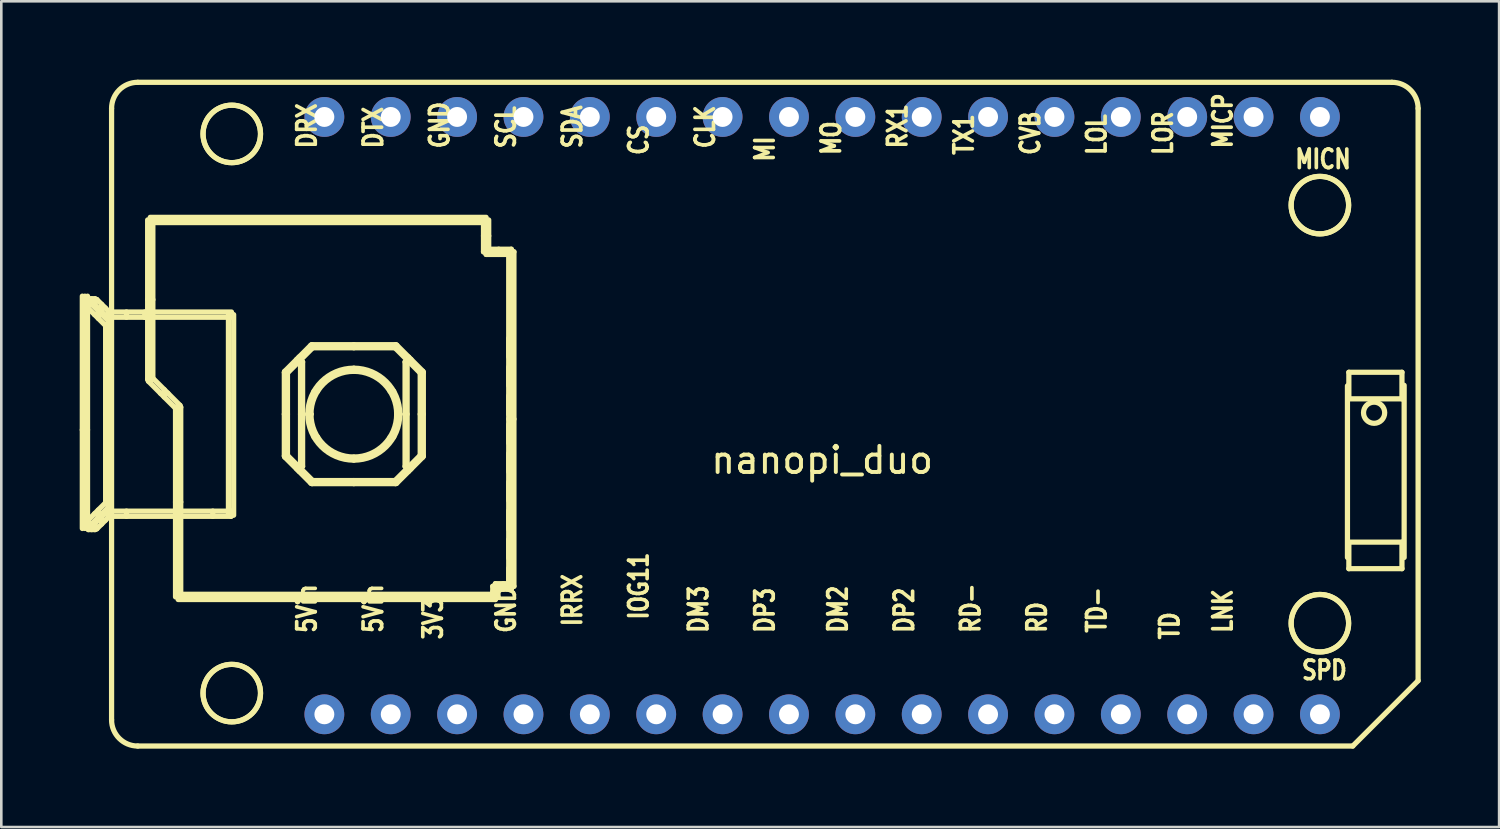
<source format=kicad_pcb>
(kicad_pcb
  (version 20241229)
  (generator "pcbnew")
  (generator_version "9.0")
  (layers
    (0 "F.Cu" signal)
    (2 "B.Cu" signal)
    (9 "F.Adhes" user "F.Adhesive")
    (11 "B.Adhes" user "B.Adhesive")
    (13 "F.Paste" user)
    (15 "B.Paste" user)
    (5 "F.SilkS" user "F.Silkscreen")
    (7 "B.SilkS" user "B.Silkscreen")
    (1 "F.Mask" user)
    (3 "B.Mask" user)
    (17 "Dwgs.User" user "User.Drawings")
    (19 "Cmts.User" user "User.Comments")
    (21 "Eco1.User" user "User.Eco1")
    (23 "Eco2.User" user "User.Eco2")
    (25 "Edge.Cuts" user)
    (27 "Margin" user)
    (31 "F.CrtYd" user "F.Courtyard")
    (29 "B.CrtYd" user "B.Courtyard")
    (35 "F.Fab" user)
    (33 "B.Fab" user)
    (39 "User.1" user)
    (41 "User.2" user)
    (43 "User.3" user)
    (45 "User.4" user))
  (footprint "nanopi_duo"
    (layer "F.Cu")
    (at 28.413 14.126)
    (property "Reference" "nanopi_duo" (at 0 0.432 0) (layer "F.SilkS") (effects (font (size 1 1) (thickness 0.15))))
    (attr through_hole)
    (fp_line (start -28.313 3.049) (end -28.313 -5.843) (stroke (width 0.2) (type solid)) (layer "F.SilkS"))
    (fp_line (start -28.213 -5.842) (end -28.213 3.048) (stroke (width 0.2) (type solid)) (layer "F.SilkS"))
    (fp_line (start -28.183 -5.644) (end -27.983 -5.644) (stroke (width 0.2) (type solid)) (layer "F.SilkS"))
    (fp_line (start -28.183 -5.517) (end -28.183 -5.644) (stroke (width 0.2) (type solid)) (layer "F.SilkS"))
    (fp_line (start -28.183 2.865) (end -27.983 2.865) (stroke (width 0.2) (type solid)) (layer "F.SilkS"))
    (fp_line (start -28.183 2.992) (end -28.183 2.865) (stroke (width 0.2) (type solid)) (layer "F.SilkS"))
    (fp_line (start -28.154 -5.446) (end -28.013 -5.588) (stroke (width 0.2) (type solid)) (layer "F.SilkS"))
    (fp_line (start -28.154 2.794) (end -27.392 2.032) (stroke (width 0.2) (type solid)) (layer "F.SilkS"))
    (fp_line (start -28.113 -5.842) (end -28.113 3.05) (stroke (width 0.2) (type solid)) (layer "F.SilkS"))
    (fp_line (start -28.113 -0.726) (end -28.313 -0.726) (stroke (width 0.2) (type solid)) (layer "F.SilkS"))
    (fp_line (start -28.083 -5.744) (end -27.829 -5.744) (stroke (width 0.2) (type solid)) (layer "F.SilkS"))
    (fp_line (start -28.083 -5.644) (end -28.083 -5.517) (stroke (width 0.2) (type solid)) (layer "F.SilkS"))
    (fp_line (start -28.083 -5.544) (end -28.083 -5.744) (stroke (width 0.2) (type solid)) (layer "F.SilkS"))
    (fp_line (start -28.083 2.865) (end -28.083 2.992) (stroke (width 0.2) (type solid)) (layer "F.SilkS"))
    (fp_line (start -28.083 2.892) (end -27.829 2.892) (stroke (width 0.2) (type solid)) (layer "F.SilkS"))
    (fp_line (start -28.083 3.092) (end -28.083 2.892) (stroke (width 0.2) (type solid)) (layer "F.SilkS"))
    (fp_line (start -28.013 -5.588) (end -27.251 -4.826) (stroke (width 0.2) (type solid)) (layer "F.SilkS"))
    (fp_line (start -28.013 2.936) (end -28.154 2.794) (stroke (width 0.2) (type solid)) (layer "F.SilkS"))
    (fp_line (start -27.983 -5.644) (end -27.983 -5.517) (stroke (width 0.2) (type solid)) (layer "F.SilkS"))
    (fp_line (start -27.983 -5.58) (end -28.183 -5.58) (stroke (width 0.2) (type solid)) (layer "F.SilkS"))
    (fp_line (start -27.983 -5.517) (end -28.183 -5.517) (stroke (width 0.2) (type solid)) (layer "F.SilkS"))
    (fp_line (start -27.983 2.865) (end -27.983 2.992) (stroke (width 0.2) (type solid)) (layer "F.SilkS"))
    (fp_line (start -27.983 2.929) (end -28.183 2.929) (stroke (width 0.2) (type solid)) (layer "F.SilkS"))
    (fp_line (start -27.983 2.992) (end -28.183 2.992) (stroke (width 0.2) (type solid)) (layer "F.SilkS"))
    (fp_line (start -27.956 -5.744) (end -27.956 -5.544) (stroke (width 0.2) (type solid)) (layer "F.SilkS"))
    (fp_line (start -27.956 2.892) (end -27.956 3.092) (stroke (width 0.2) (type solid)) (layer "F.SilkS"))
    (fp_line (start -27.9 -5.573) (end -27.759 -5.715) (stroke (width 0.2) (type solid)) (layer "F.SilkS"))
    (fp_line (start -27.9 2.921) (end -27.392 2.413) (stroke (width 0.2) (type solid)) (layer "F.SilkS"))
    (fp_line (start -27.829 -5.744) (end -27.829 -5.544) (stroke (width 0.2) (type solid)) (layer "F.SilkS"))
    (fp_line (start -27.829 -5.644) (end -28.083 -5.644) (stroke (width 0.2) (type solid)) (layer "F.SilkS"))
    (fp_line (start -27.829 -5.544) (end -28.083 -5.544) (stroke (width 0.2) (type solid)) (layer "F.SilkS"))
    (fp_line (start -27.829 2.892) (end -27.829 3.092) (stroke (width 0.2) (type solid)) (layer "F.SilkS"))
    (fp_line (start -27.829 2.992) (end -28.083 2.992) (stroke (width 0.2) (type solid)) (layer "F.SilkS"))
    (fp_line (start -27.829 3.092) (end -28.083 3.092) (stroke (width 0.2) (type solid)) (layer "F.SilkS"))
    (fp_line (start -27.759 -5.715) (end -27.251 -5.207) (stroke (width 0.2) (type solid)) (layer "F.SilkS"))
    (fp_line (start -27.759 3.063) (end -27.9 2.921) (stroke (width 0.2) (type solid)) (layer "F.SilkS"))
    (fp_line (start -27.702 -5.277) (end -27.702 -4.994) (stroke (width 0.2) (type solid)) (layer "F.SilkS"))
    (fp_line (start -27.702 2.343) (end -27.702 2.626) (stroke (width 0.2) (type solid)) (layer "F.SilkS"))
    (fp_line (start -27.575 -5.531) (end -27.575 -5.248) (stroke (width 0.2) (type solid)) (layer "F.SilkS"))
    (fp_line (start -27.575 2.597) (end -27.575 2.88) (stroke (width 0.2) (type solid)) (layer "F.SilkS"))
    (fp_line (start -27.561 -5.136) (end -27.844 -5.136) (stroke (width 0.2) (type solid)) (layer "F.SilkS"))
    (fp_line (start -27.561 2.484) (end -27.844 2.484) (stroke (width 0.2) (type solid)) (layer "F.SilkS"))
    (fp_line (start -27.434 -5.39) (end -27.717 -5.39) (stroke (width 0.2) (type solid)) (layer "F.SilkS"))
    (fp_line (start -27.434 2.738) (end -27.717 2.738) (stroke (width 0.2) (type solid)) (layer "F.SilkS"))
    (fp_line (start -27.421 -4.755) (end -27.221 -4.755) (stroke (width 0.2) (type solid)) (layer "F.SilkS"))
    (fp_line (start -27.421 2.103) (end -27.421 -4.755) (stroke (width 0.2) (type solid)) (layer "F.SilkS"))
    (fp_line (start -27.392 -5.065) (end -27.9 -5.573) (stroke (width 0.2) (type solid)) (layer "F.SilkS"))
    (fp_line (start -27.392 -4.684) (end -28.154 -5.446) (stroke (width 0.2) (type solid)) (layer "F.SilkS"))
    (fp_line (start -27.392 2.032) (end -27.251 2.174) (stroke (width 0.2) (type solid)) (layer "F.SilkS"))
    (fp_line (start -27.392 2.413) (end -27.251 2.555) (stroke (width 0.2) (type solid)) (layer "F.SilkS"))
    (fp_line (start -27.321 -5.236) (end -25.924 -5.236) (stroke (width 0.2) (type solid)) (layer "F.SilkS"))
    (fp_line (start -27.321 -5.036) (end -27.321 -5.236) (stroke (width 0.2) (type solid)) (layer "F.SilkS"))
    (fp_line (start -27.321 -4.755) (end -27.321 2.103) (stroke (width 0.2) (type solid)) (layer "F.SilkS"))
    (fp_line (start -27.321 2.384) (end -24.636 2.384) (stroke (width 0.2) (type solid)) (layer "F.SilkS"))
    (fp_line (start -27.321 2.584) (end -27.321 2.384) (stroke (width 0.2) (type solid)) (layer "F.SilkS"))
    (fp_line (start -27.251 -5.207) (end -27.392 -5.065) (stroke (width 0.2) (type solid)) (layer "F.SilkS"))
    (fp_line (start -27.251 -4.826) (end -27.392 -4.684) (stroke (width 0.2) (type solid)) (layer "F.SilkS"))
    (fp_line (start -27.251 2.174) (end -28.013 2.936) (stroke (width 0.2) (type solid)) (layer "F.SilkS"))
    (fp_line (start -27.251 2.555) (end -27.759 3.063) (stroke (width 0.2) (type solid)) (layer "F.SilkS"))
    (fp_line (start -27.221 -4.755) (end -27.221 2.103) (stroke (width 0.2) (type solid)) (layer "F.SilkS"))
    (fp_line (start -27.221 -1.326) (end -27.421 -1.326) (stroke (width 0.2) (type solid)) (layer "F.SilkS"))
    (fp_line (start -27.221 2.103) (end -27.421 2.103) (stroke (width 0.2) (type solid)) (layer "F.SilkS"))
    (fp_line (start -27.193 10.374) (end -27.193 -13.026) (stroke (width 0.2) (type solid)) (layer "F.SilkS"))
    (fp_line (start -26.623 -5.236) (end -26.623 -5.036) (stroke (width 0.2) (type solid)) (layer "F.SilkS"))
    (fp_line (start -26.623 2.384) (end -26.623 2.584) (stroke (width 0.2) (type solid)) (layer "F.SilkS"))
    (fp_line (start -26.193 -14.026) (end 21.807 -14.026) (stroke (width 0.2) (type solid)) (layer "F.SilkS"))
    (fp_line (start -25.924 -5.236) (end -25.924 -5.036) (stroke (width 0.2) (type solid)) (layer "F.SilkS"))
    (fp_line (start -25.924 -5.036) (end -27.321 -5.036) (stroke (width 0.2) (type solid)) (layer "F.SilkS"))
    (fp_line (start -25.813 -8.759) (end -25.813 -2.659) (stroke (width 0.2) (type solid)) (layer "F.SilkS"))
    (fp_line (start -25.813 -5.709) (end -25.613 -5.709) (stroke (width 0.2) (type solid)) (layer "F.SilkS"))
    (fp_line (start -25.813 -2.659) (end -25.613 -2.659) (stroke (width 0.2) (type solid)) (layer "F.SilkS"))
    (fp_line (start -25.784 -2.588) (end -24.717 -1.522) (stroke (width 0.2) (type solid)) (layer "F.SilkS"))
    (fp_line (start -25.713 -8.759) (end -25.713 -2.659) (stroke (width 0.2) (type solid)) (layer "F.SilkS"))
    (fp_line (start -25.713 -8.759) (end -12.86 -8.759) (stroke (width 0.2) (type solid)) (layer "F.SilkS"))
    (fp_line (start -25.713 -8.659) (end -12.86 -8.659) (stroke (width 0.2) (type solid)) (layer "F.SilkS"))
    (fp_line (start -25.656 -5.236) (end -22.604 -5.236) (stroke (width 0.2) (type solid)) (layer "F.SilkS"))
    (fp_line (start -25.642 -2.73) (end -25.784 -2.588) (stroke (width 0.2) (type solid)) (layer "F.SilkS"))
    (fp_line (start -25.613 -2.659) (end -25.613 -8.759) (stroke (width 0.2) (type solid)) (layer "F.SilkS"))
    (fp_line (start -25.321 -2.126) (end -25.038 -2.126) (stroke (width 0.2) (type solid)) (layer "F.SilkS"))
    (fp_line (start -25.179 -2.267) (end -25.179 -1.984) (stroke (width 0.2) (type solid)) (layer "F.SilkS"))
    (fp_line (start -24.746 -1.592) (end -24.746 5.667) (stroke (width 0.2) (type solid)) (layer "F.SilkS"))
    (fp_line (start -24.746 2.037) (end -24.546 2.037) (stroke (width 0.2) (type solid)) (layer "F.SilkS"))
    (fp_line (start -24.717 -1.522) (end -24.575 -1.663) (stroke (width 0.2) (type solid)) (layer "F.SilkS"))
    (fp_line (start -24.646 -1.592) (end -24.646 5.667) (stroke (width 0.2) (type solid)) (layer "F.SilkS"))
    (fp_line (start -24.646 5.667) (end -12.505 5.667) (stroke (width 0.2) (type solid)) (layer "F.SilkS"))
    (fp_line (start -24.646 5.767) (end -12.505 5.767) (stroke (width 0.2) (type solid)) (layer "F.SilkS"))
    (fp_line (start -24.64 2.384) (end -22.621 2.384) (stroke (width 0.2) (type solid)) (layer "F.SilkS"))
    (fp_line (start -24.638 2.584) (end -27.321 2.584) (stroke (width 0.2) (type solid)) (layer "F.SilkS"))
    (fp_line (start -24.575 -1.663) (end -25.642 -2.73) (stroke (width 0.2) (type solid)) (layer "F.SilkS"))
    (fp_line (start -24.546 -1.592) (end -24.746 -1.592) (stroke (width 0.2) (type solid)) (layer "F.SilkS"))
    (fp_line (start -24.546 5.667) (end -24.546 -1.592) (stroke (width 0.2) (type solid)) (layer "F.SilkS"))
    (fp_line (start -23.32 2.584) (end -23.32 2.384) (stroke (width 0.2) (type solid)) (layer "F.SilkS"))
    (fp_line (start -22.721 2.541) (end -22.721 -5.136) (stroke (width 0.2) (type solid)) (layer "F.SilkS"))
    (fp_line (start -22.621 -5.036) (end -25.908 -5.036) (stroke (width 0.2) (type solid)) (layer "F.SilkS"))
    (fp_line (start -22.621 2.384) (end -22.621 2.584) (stroke (width 0.2) (type solid)) (layer "F.SilkS"))
    (fp_line (start -22.621 2.584) (end -24.638 2.584) (stroke (width 0.2) (type solid)) (layer "F.SilkS"))
    (fp_line (start -22.521 -5.136) (end -22.521 2.542) (stroke (width 0.2) (type solid)) (layer "F.SilkS"))
    (fp_line (start -20.582 -2.926) (end -20.582 0.274) (stroke (width 0.2) (type solid)) (layer "F.SilkS"))
    (fp_line (start -20.582 -1.326) (end -20.462 -1.326) (stroke (width 0.2) (type solid)) (layer "F.SilkS"))
    (fp_line (start -20.582 0.274) (end -20.462 0.274) (stroke (width 0.2) (type solid)) (layer "F.SilkS"))
    (fp_line (start -20.565 -2.968) (end -20.48 -2.883) (stroke (width 0.2) (type solid)) (layer "F.SilkS"))
    (fp_line (start -20.565 0.317) (end -19.565 1.317) (stroke (width 0.2) (type solid)) (layer "F.SilkS"))
    (fp_line (start -20.522 0.274) (end -20.522 -2.926) (stroke (width 0.2) (type solid)) (layer "F.SilkS"))
    (fp_line (start -20.48 -2.883) (end -19.48 -3.883) (stroke (width 0.2) (type solid)) (layer "F.SilkS"))
    (fp_line (start -20.48 0.232) (end -20.565 0.317) (stroke (width 0.2) (type solid)) (layer "F.SilkS"))
    (fp_line (start -20.462 -2.926) (end -20.582 -2.926) (stroke (width 0.2) (type solid)) (layer "F.SilkS"))
    (fp_line (start -20.462 0.274) (end -20.462 -2.926) (stroke (width 0.2) (type solid)) (layer "F.SilkS"))
    (fp_line (start -20.107 -3.426) (end -19.937 -3.426) (stroke (width 0.2) (type solid)) (layer "F.SilkS"))
    (fp_line (start -20.107 0.774) (end -19.937 0.774) (stroke (width 0.2) (type solid)) (layer "F.SilkS"))
    (fp_line (start -20.022 -3.341) (end -20.022 -3.511) (stroke (width 0.2) (type solid)) (layer "F.SilkS"))
    (fp_line (start -20.022 0.859) (end -20.022 0.689) (stroke (width 0.2) (type solid)) (layer "F.SilkS"))
    (fp_line (start -19.962 -3.326) (end -19.882 -3.326) (stroke (width 0.2) (type solid)) (layer "F.SilkS"))
    (fp_line (start -19.962 -1.326) (end -19.882 -1.326) (stroke (width 0.2) (type solid)) (layer "F.SilkS"))
    (fp_line (start -19.962 0.674) (end -19.962 -3.326) (stroke (width 0.2) (type solid)) (layer "F.SilkS"))
    (fp_line (start -19.922 -1.286) (end -19.922 -1.366) (stroke (width 0.2) (type solid)) (layer "F.SilkS"))
    (fp_line (start -19.922 0.674) (end -19.922 -3.326) (stroke (width 0.2) (type solid)) (layer "F.SilkS"))
    (fp_line (start -19.882 -3.326) (end -19.882 0.674) (stroke (width 0.2) (type solid)) (layer "F.SilkS"))
    (fp_line (start -19.882 0.674) (end -19.962 0.674) (stroke (width 0.2) (type solid)) (layer "F.SilkS"))
    (fp_line (start -19.682 -1.326) (end -19.562 -1.326) (stroke (width 0.2) (type solid)) (layer "F.SilkS"))
    (fp_line (start -19.565 -3.968) (end -20.565 -2.968) (stroke (width 0.2) (type solid)) (layer "F.SilkS"))
    (fp_line (start -19.565 1.317) (end -19.48 1.232) (stroke (width 0.2) (type solid)) (layer "F.SilkS"))
    (fp_line (start -19.562 -1.326) (end -19.682 -1.326) (stroke (width 0.2) (type solid)) (layer "F.SilkS"))
    (fp_line (start -19.522 -3.986) (end -19.522 -3.866) (stroke (width 0.2) (type solid)) (layer "F.SilkS"))
    (fp_line (start -19.522 -3.926) (end -16.322 -3.926) (stroke (width 0.2) (type solid)) (layer "F.SilkS"))
    (fp_line (start -19.522 -3.866) (end -16.322 -3.866) (stroke (width 0.2) (type solid)) (layer "F.SilkS"))
    (fp_line (start -19.522 1.214) (end -19.522 1.334) (stroke (width 0.2) (type solid)) (layer "F.SilkS"))
    (fp_line (start -19.522 1.274) (end -16.322 1.274) (stroke (width 0.2) (type solid)) (layer "F.SilkS"))
    (fp_line (start -19.522 1.334) (end -16.322 1.334) (stroke (width 0.2) (type solid)) (layer "F.SilkS"))
    (fp_line (start -19.48 -3.883) (end -19.565 -3.968) (stroke (width 0.2) (type solid)) (layer "F.SilkS"))
    (fp_line (start -19.48 1.232) (end -20.48 0.232) (stroke (width 0.2) (type solid)) (layer "F.SilkS"))
    (fp_line (start -19.306 -2.206) (end -19.446 -2.206) (stroke (width 0.2) (type solid)) (layer "F.SilkS"))
    (fp_line (start -19.306 -0.446) (end -19.446 -0.446) (stroke (width 0.2) (type solid)) (layer "F.SilkS"))
    (fp_line (start -17.922 -3.866) (end -17.922 -3.986) (stroke (width 0.2) (type solid)) (layer "F.SilkS"))
    (fp_line (start -17.922 -2.966) (end -17.922 -3.086) (stroke (width 0.2) (type solid)) (layer "F.SilkS"))
    (fp_line (start -17.922 0.434) (end -17.922 0.314) (stroke (width 0.2) (type solid)) (layer "F.SilkS"))
    (fp_line (start -17.922 1.334) (end -17.922 1.214) (stroke (width 0.2) (type solid)) (layer "F.SilkS"))
    (fp_line (start -16.398 -2.206) (end -16.538 -2.206) (stroke (width 0.2) (type solid)) (layer "F.SilkS"))
    (fp_line (start -16.398 -0.446) (end -16.538 -0.446) (stroke (width 0.2) (type solid)) (layer "F.SilkS"))
    (fp_line (start -16.365 -3.883) (end -15.365 -2.883) (stroke (width 0.2) (type solid)) (layer "F.SilkS"))
    (fp_line (start -16.365 1.232) (end -16.28 1.317) (stroke (width 0.2) (type solid)) (layer "F.SilkS"))
    (fp_line (start -16.322 -3.986) (end -19.522 -3.986) (stroke (width 0.2) (type solid)) (layer "F.SilkS"))
    (fp_line (start -16.322 -3.866) (end -16.322 -3.986) (stroke (width 0.2) (type solid)) (layer "F.SilkS"))
    (fp_line (start -16.322 1.214) (end -19.522 1.214) (stroke (width 0.2) (type solid)) (layer "F.SilkS"))
    (fp_line (start -16.322 1.334) (end -16.322 1.214) (stroke (width 0.2) (type solid)) (layer "F.SilkS"))
    (fp_line (start -16.282 -1.326) (end -16.162 -1.326) (stroke (width 0.2) (type solid)) (layer "F.SilkS"))
    (fp_line (start -16.28 -3.968) (end -16.365 -3.883) (stroke (width 0.2) (type solid)) (layer "F.SilkS"))
    (fp_line (start -16.28 1.317) (end -15.28 0.317) (stroke (width 0.2) (type solid)) (layer "F.SilkS"))
    (fp_line (start -16.162 -1.326) (end -16.282 -1.326) (stroke (width 0.2) (type solid)) (layer "F.SilkS"))
    (fp_line (start -15.962 -3.326) (end -15.882 -3.326) (stroke (width 0.2) (type solid)) (layer "F.SilkS"))
    (fp_line (start -15.962 -1.326) (end -15.882 -1.326) (stroke (width 0.2) (type solid)) (layer "F.SilkS"))
    (fp_line (start -15.962 0.674) (end -15.962 -3.326) (stroke (width 0.2) (type solid)) (layer "F.SilkS"))
    (fp_line (start -15.922 -1.366) (end -15.922 -1.286) (stroke (width 0.2) (type solid)) (layer "F.SilkS"))
    (fp_line (start -15.922 0.674) (end -15.922 -3.326) (stroke (width 0.2) (type solid)) (layer "F.SilkS"))
    (fp_line (start -15.907 -3.426) (end -15.737 -3.426) (stroke (width 0.2) (type solid)) (layer "F.SilkS"))
    (fp_line (start -15.907 0.774) (end -15.737 0.774) (stroke (width 0.2) (type solid)) (layer "F.SilkS"))
    (fp_line (start -15.882 -3.326) (end -15.882 0.674) (stroke (width 0.2) (type solid)) (layer "F.SilkS"))
    (fp_line (start -15.882 0.674) (end -15.962 0.674) (stroke (width 0.2) (type solid)) (layer "F.SilkS"))
    (fp_line (start -15.822 -3.341) (end -15.822 -3.511) (stroke (width 0.2) (type solid)) (layer "F.SilkS"))
    (fp_line (start -15.822 0.859) (end -15.822 0.689) (stroke (width 0.2) (type solid)) (layer "F.SilkS"))
    (fp_line (start -15.382 -2.926) (end -15.382 0.274) (stroke (width 0.2) (type solid)) (layer "F.SilkS"))
    (fp_line (start -15.382 -1.326) (end -15.262 -1.326) (stroke (width 0.2) (type solid)) (layer "F.SilkS"))
    (fp_line (start -15.382 0.274) (end -15.262 0.274) (stroke (width 0.2) (type solid)) (layer "F.SilkS"))
    (fp_line (start -15.365 -2.883) (end -15.28 -2.968) (stroke (width 0.2) (type solid)) (layer "F.SilkS"))
    (fp_line (start -15.365 0.232) (end -16.365 1.232) (stroke (width 0.2) (type solid)) (layer "F.SilkS"))
    (fp_line (start -15.322 0.274) (end -15.322 -2.926) (stroke (width 0.2) (type solid)) (layer "F.SilkS"))
    (fp_line (start -15.28 -2.968) (end -16.28 -3.968) (stroke (width 0.2) (type solid)) (layer "F.SilkS"))
    (fp_line (start -15.28 0.317) (end -15.365 0.232) (stroke (width 0.2) (type solid)) (layer "F.SilkS"))
    (fp_line (start -15.262 -2.926) (end -15.382 -2.926) (stroke (width 0.2) (type solid)) (layer "F.SilkS"))
    (fp_line (start -15.262 0.274) (end -15.262 -2.926) (stroke (width 0.2) (type solid)) (layer "F.SilkS"))
    (fp_line (start -12.96 -8.759) (end -12.96 -7.539) (stroke (width 0.2) (type solid)) (layer "F.SilkS"))
    (fp_line (start -12.96 -8.149) (end -12.76 -8.149) (stroke (width 0.2) (type solid)) (layer "F.SilkS"))
    (fp_line (start -12.96 -7.539) (end -12.76 -7.539) (stroke (width 0.2) (type solid)) (layer "F.SilkS"))
    (fp_line (start -12.86 -8.859) (end -25.713 -8.859) (stroke (width 0.2) (type solid)) (layer "F.SilkS"))
    (fp_line (start -12.86 -8.759) (end -12.86 -7.539) (stroke (width 0.2) (type solid)) (layer "F.SilkS"))
    (fp_line (start -12.86 -7.639) (end -12.86 -7.439) (stroke (width 0.2) (type solid)) (layer "F.SilkS"))
    (fp_line (start -12.86 -7.539) (end -11.895 -7.539) (stroke (width 0.2) (type solid)) (layer "F.SilkS"))
    (fp_line (start -12.86 -7.439) (end -11.895 -7.439) (stroke (width 0.2) (type solid)) (layer "F.SilkS"))
    (fp_line (start -12.76 -7.539) (end -12.76 -8.759) (stroke (width 0.2) (type solid)) (layer "F.SilkS"))
    (fp_line (start -12.605 5.261) (end -12.605 5.667) (stroke (width 0.2) (type solid)) (layer "F.SilkS"))
    (fp_line (start -12.605 5.464) (end -12.405 5.464) (stroke (width 0.2) (type solid)) (layer "F.SilkS"))
    (fp_line (start -12.605 5.667) (end -12.405 5.667) (stroke (width 0.2) (type solid)) (layer "F.SilkS"))
    (fp_line (start -12.505 5.161) (end -12.505 5.361) (stroke (width 0.2) (type solid)) (layer "F.SilkS"))
    (fp_line (start -12.505 5.261) (end -12.505 5.667) (stroke (width 0.2) (type solid)) (layer "F.SilkS"))
    (fp_line (start -12.505 5.261) (end -11.895 5.261) (stroke (width 0.2) (type solid)) (layer "F.SilkS"))
    (fp_line (start -12.505 5.361) (end -11.895 5.361) (stroke (width 0.2) (type solid)) (layer "F.SilkS"))
    (fp_line (start -12.505 5.567) (end -24.646 5.567) (stroke (width 0.2) (type solid)) (layer "F.SilkS"))
    (fp_line (start -12.505 5.767) (end -12.505 5.567) (stroke (width 0.2) (type solid)) (layer "F.SilkS"))
    (fp_line (start -12.405 5.261) (end -12.605 5.261) (stroke (width 0.2) (type solid)) (layer "F.SilkS"))
    (fp_line (start -12.405 5.667) (end -12.405 5.261) (stroke (width 0.2) (type solid)) (layer "F.SilkS"))
    (fp_line (start -12.378 -7.639) (end -12.378 -7.439) (stroke (width 0.2) (type solid)) (layer "F.SilkS"))
    (fp_line (start -12.2 5.161) (end -12.2 5.361) (stroke (width 0.2) (type solid)) (layer "F.SilkS"))
    (fp_line (start -11.995 -7.539) (end -11.995 5.261) (stroke (width 0.2) (type solid)) (layer "F.SilkS"))
    (fp_line (start -11.995 -1.139) (end -11.795 -1.139) (stroke (width 0.2) (type solid)) (layer "F.SilkS"))
    (fp_line (start -11.995 5.261) (end -11.795 5.261) (stroke (width 0.2) (type solid)) (layer "F.SilkS"))
    (fp_line (start -11.993 -4.231) (end -11.993 -3.52) (stroke (width 0.2) (type solid)) (layer "F.SilkS"))
    (fp_line (start -11.993 -3.131) (end -11.993 -2.42) (stroke (width 0.2) (type solid)) (layer "F.SilkS"))
    (fp_line (start -11.993 -2.031) (end -11.993 -1.32) (stroke (width 0.2) (type solid)) (layer "F.SilkS"))
    (fp_line (start -11.993 -0.931) (end -11.993 -0.22) (stroke (width 0.2) (type solid)) (layer "F.SilkS"))
    (fp_line (start -11.993 0.169) (end -11.993 0.88) (stroke (width 0.2) (type solid)) (layer "F.SilkS"))
    (fp_line (start -11.993 1.269) (end -11.993 1.98) (stroke (width 0.2) (type solid)) (layer "F.SilkS"))
    (fp_line (start -11.993 2.369) (end -11.993 3.08) (stroke (width 0.2) (type solid)) (layer "F.SilkS"))
    (fp_line (start -11.993 3.469) (end -11.993 4.18) (stroke (width 0.2) (type solid)) (layer "F.SilkS"))
    (fp_line (start -11.993 4.569) (end -11.993 5.28) (stroke (width 0.2) (type solid)) (layer "F.SilkS"))
    (fp_line (start -11.895 -7.639) (end -12.86 -7.639) (stroke (width 0.2) (type solid)) (layer "F.SilkS"))
    (fp_line (start -11.895 -7.539) (end -11.895 5.261) (stroke (width 0.2) (type solid)) (layer "F.SilkS"))
    (fp_line (start -11.895 -7.439) (end -11.895 -7.639) (stroke (width 0.2) (type solid)) (layer "F.SilkS"))
    (fp_line (start -11.895 5.161) (end -12.505 5.161) (stroke (width 0.2) (type solid)) (layer "F.SilkS"))
    (fp_line (start -11.895 5.361) (end -11.895 5.161) (stroke (width 0.2) (type solid)) (layer "F.SilkS"))
    (fp_line (start -11.795 -7.539) (end -11.995 -7.539) (stroke (width 0.2) (type solid)) (layer "F.SilkS"))
    (fp_line (start -11.795 5.261) (end -11.795 -7.539) (stroke (width 0.2) (type solid)) (layer "F.SilkS"))
    (fp_line (start 20.103 -2.411) (end 20.103 4.159) (stroke (width 0.2) (type solid)) (layer "F.SilkS"))
    (fp_line (start 20.157 -2.929) (end 22.189 -2.929) (stroke (width 0.2) (type solid)) (layer "F.SilkS"))
    (fp_line (start 20.157 -1.913) (end 20.157 -2.929) (stroke (width 0.2) (type solid)) (layer "F.SilkS"))
    (fp_line (start 20.157 3.571) (end 22.189 3.571) (stroke (width 0.2) (type solid)) (layer "F.SilkS"))
    (fp_line (start 20.157 4.587) (end 20.157 3.571) (stroke (width 0.2) (type solid)) (layer "F.SilkS"))
    (fp_line (start 20.307 11.374) (end -26.193 11.374) (stroke (width 0.2) (type solid)) (layer "F.SilkS"))
    (fp_line (start 22.189 -2.929) (end 22.189 -1.913) (stroke (width 0.2) (type solid)) (layer "F.SilkS"))
    (fp_line (start 22.189 -1.913) (end 20.157 -1.913) (stroke (width 0.2) (type solid)) (layer "F.SilkS"))
    (fp_line (start 22.189 3.571) (end 22.189 4.587) (stroke (width 0.2) (type solid)) (layer "F.SilkS"))
    (fp_line (start 22.189 4.587) (end 20.157 4.587) (stroke (width 0.2) (type solid)) (layer "F.SilkS"))
    (fp_line (start 22.273 4.159) (end 22.273 -2.431) (stroke (width 0.2) (type solid)) (layer "F.SilkS"))
    (fp_line (start 22.807 -13.026) (end 22.807 8.874) (stroke (width 0.2) (type solid)) (layer "F.SilkS"))
    (fp_line (start 22.807 8.874) (end 20.307 11.374) (stroke (width 0.2) (type solid)) (layer "F.SilkS"))
    (fp_arc (start -27.19324 -13.025876) (mid -26.900349 -13.732984) (end -26.193242 -14.02588) (stroke (width 0.2) (type solid)) (layer "F.SilkS"))
    (fp_arc (start -26.193241 11.37412) (mid -26.900346 11.081227) (end -27.19324 10.374122) (stroke (width 0.2) (type solid)) (layer "F.SilkS"))
    (fp_arc (start -19.682232 -1.32588) (mid -17.92224 -3.085872) (end -16.162248 -1.32588) (stroke (width 0.2) (type solid)) (layer "F.SilkS"))
    (fp_arc (start -19.562242 -1.32588) (mid -17.92224 -2.965882) (end -16.282238 -1.32588) (stroke (width 0.2) (type solid)) (layer "F.SilkS"))
    (fp_arc (start -16.282238 -1.32588) (mid -17.92224 0.314122) (end -19.562242 -1.32588) (stroke (width 0.2) (type solid)) (layer "F.SilkS"))
    (fp_arc (start -16.162248 -1.32588) (mid -17.92224 0.434112) (end -19.682232 -1.32588) (stroke (width 0.2) (type solid)) (layer "F.SilkS"))
    (fp_arc (start 21.806763 -14.02588) (mid 22.513868 -13.732987) (end 22.806762 -13.025882) (stroke (width 0.2) (type solid)) (layer "F.SilkS"))
    (fp_circle (center -22.593 -12.051) (end -21.493 -12.051) (stroke (width 0.2) (type solid)) (fill no) (layer "F.SilkS"))
    (fp_circle (center -22.593 -12.051) (end -21.493 -12.051) (stroke (width 0.2) (type solid)) (fill no) (layer "F.SilkS"))
    (fp_circle (center -22.593 9.349) (end -21.493 9.349) (stroke (width 0.2) (type solid)) (fill no) (layer "F.SilkS"))
    (fp_circle (center -22.593 9.349) (end -21.493 9.349) (stroke (width 0.2) (type solid)) (fill no) (layer "F.SilkS"))
    (fp_circle (center 19.048 -9.326) (end 20.148 -9.326) (stroke (width 0.2) (type solid)) (fill no) (layer "F.SilkS"))
    (fp_circle (center 19.048 -9.326) (end 20.148 -9.326) (stroke (width 0.2) (type solid)) (fill no) (layer "F.SilkS"))
    (fp_circle (center 19.048 6.674) (end 20.148 6.674) (stroke (width 0.2) (type solid)) (fill no) (layer "F.SilkS"))
    (fp_circle (center 19.048 6.674) (end 20.148 6.674) (stroke (width 0.2) (type solid)) (fill no) (layer "F.SilkS"))
    (fp_circle (center 21.123 -1.381) (end 21.528 -1.381) (stroke (width 0.2) (type solid)) (fill no) (layer "F.SilkS"))
    (fp_text user "5Vin" (at -16.764 7.112 270) (layer "F.SilkS") (effects (font (size 0.711 0.569) (thickness 0.14)) (justify left bottom)))
    (fp_text user "MICP" (at 15.748 -11.43 270) (layer "F.SilkS") (effects (font (size 0.711 0.569) (thickness 0.14)) (justify left bottom)))
    (fp_text user "3V3" (at -14.478 7.366 270) (layer "F.SilkS") (effects (font (size 0.711 0.569) (thickness 0.14)) (justify left bottom)))
    (fp_text user "5Vin" (at -19.304 7.112 270) (layer "F.SilkS") (effects (font (size 0.711 0.569) (thickness 0.14)) (justify left bottom)))
    (fp_text user "IRRX" (at -9.144 6.858 270) (layer "F.SilkS") (effects (font (size 0.711 0.569) (thickness 0.14)) (justify left bottom)))
    (fp_text user "LOR" (at 13.462 -11.176 270) (layer "F.SilkS") (effects (font (size 0.711 0.569) (thickness 0.14)) (justify left bottom)))
    (fp_text user "MI" (at -1.778 -10.922 270) (layer "F.SilkS") (effects (font (size 0.711 0.569) (thickness 0.14)) (justify left bottom)))
    (fp_text user "TX1" (at 5.842 -11.176 270) (layer "F.SilkS") (effects (font (size 0.711 0.569) (thickness 0.14)) (justify left bottom)))
    (fp_text user "LNK" (at 15.748 7.112 270) (layer "F.SilkS") (effects (font (size 0.711 0.569) (thickness 0.14)) (justify left bottom)))
    (fp_text user "MICN" (at 18.034 -10.668 0) (layer "F.SilkS") (effects (font (size 0.711 0.569) (thickness 0.14)) (justify left bottom)))
    (fp_text user "GND" (at -14.224 -11.43 270) (layer "F.SilkS") (effects (font (size 0.711 0.569) (thickness 0.14)) (justify left bottom)))
    (fp_text user "TD" (at 13.716 7.366 270) (layer "F.SilkS") (effects (font (size 0.711 0.569) (thickness 0.14)) (justify left bottom)))
    (fp_text user "CVB" (at 8.382 -11.176 270) (layer "F.SilkS") (effects (font (size 0.711 0.569) (thickness 0.14)) (justify left bottom)))
    (fp_text user "SCL" (at -11.684 -11.43 270) (layer "F.SilkS") (effects (font (size 0.711 0.569) (thickness 0.14)) (justify left bottom)))
    (fp_text user "TD-" (at 10.922 7.112 270) (layer "F.SilkS") (effects (font (size 0.711 0.569) (thickness 0.14)) (justify left bottom)))
    (fp_text user "DM2" (at 1.016 7.112 270) (layer "F.SilkS") (effects (font (size 0.711 0.569) (thickness 0.14)) (justify left bottom)))
    (fp_text user "CLK" (at -4.064 -11.43 270) (layer "F.SilkS") (effects (font (size 0.711 0.569) (thickness 0.14)) (justify left bottom)))
    (fp_text user "CS" (at -6.604 -11.176 270) (layer "F.SilkS") (effects (font (size 0.711 0.569) (thickness 0.14)) (justify left bottom)))
    (fp_text user "SPD" (at 18.288 8.89 0) (layer "F.SilkS") (effects (font (size 0.711 0.569) (thickness 0.14)) (justify left bottom)))
    (fp_text user "DRX" (at -19.304 -11.43 270) (layer "F.SilkS") (effects (font (size 0.711 0.569) (thickness 0.14)) (justify left bottom)))
    (fp_text user "DM3" (at -4.318 7.112 270) (layer "F.SilkS") (effects (font (size 0.711 0.569) (thickness 0.14)) (justify left bottom)))
    (fp_text user "LOL" (at 10.922 -11.176 270) (layer "F.SilkS") (effects (font (size 0.711 0.569) (thickness 0.14)) (justify left bottom)))
    (fp_text user "DP2" (at 3.556 7.112 270) (layer "F.SilkS") (effects (font (size 0.711 0.569) (thickness 0.14)) (justify left bottom)))
    (fp_text user "RD" (at 8.636 7.112 270) (layer "F.SilkS") (effects (font (size 0.711 0.569) (thickness 0.14)) (justify left bottom)))
    (fp_text user "DP3" (at -1.778 7.112 270) (layer "F.SilkS") (effects (font (size 0.711 0.569) (thickness 0.14)) (justify left bottom)))
    (fp_text user "RX1" (at 3.302 -11.43 270) (layer "F.SilkS") (effects (font (size 0.711 0.569) (thickness 0.14)) (justify left bottom)))
    (fp_text user "DTX" (at -16.764 -11.43 270) (layer "F.SilkS") (effects (font (size 0.711 0.569) (thickness 0.14)) (justify left bottom)))
    (fp_text user "SDA" (at -9.144 -11.43 270) (layer "F.SilkS") (effects (font (size 0.711 0.569) (thickness 0.14)) (justify left bottom)))
    (fp_text user "MO" (at 0.762 -11.176 270) (layer "F.SilkS") (effects (font (size 0.711 0.569) (thickness 0.14)) (justify left bottom)))
    (fp_text user "IOG11" (at -6.604 6.604 270) (layer "F.SilkS") (effects (font (size 0.711 0.569) (thickness 0.14)) (justify left bottom)))
    (fp_text user "RD-" (at 6.096 7.112 270) (layer "F.SilkS") (effects (font (size 0.711 0.569) (thickness 0.14)) (justify left bottom)))
    (fp_text user "GND" (at -11.684 7.112 270) (layer "F.SilkS") (effects (font (size 0.711 0.569) (thickness 0.14)) (justify left bottom)))
    (pad "1" thru_hole circle (at -19.05 -12.7) (size 1.524 1.524) (drill 0.762) (layers "*.Cu" "*.Mask"))
    (pad "2" thru_hole circle (at -16.51 -12.7) (size 1.524 1.524) (drill 0.762) (layers "*.Cu" "*.Mask"))
    (pad "3" thru_hole circle (at -13.97 -12.7) (size 1.524 1.524) (drill 0.762) (layers "*.Cu" "*.Mask"))
    (pad "4" thru_hole circle (at -11.43 -12.7) (size 1.524 1.524) (drill 0.762) (layers "*.Cu" "*.Mask"))
    (pad "5" thru_hole circle (at -8.89 -12.7) (size 1.524 1.524) (drill 0.762) (layers "*.Cu" "*.Mask"))
    (pad "6" thru_hole circle (at -6.35 -12.7) (size 1.524 1.524) (drill 0.762) (layers "*.Cu" "*.Mask"))
    (pad "7" thru_hole circle (at -3.81 -12.7) (size 1.524 1.524) (drill 0.762) (layers "*.Cu" "*.Mask"))
    (pad "8" thru_hole circle (at -1.27 -12.7) (size 1.524 1.524) (drill 0.762) (layers "*.Cu" "*.Mask"))
    (pad "9" thru_hole circle (at 1.27 -12.7) (size 1.524 1.524) (drill 0.762) (layers "*.Cu" "*.Mask"))
    (pad "10" thru_hole circle (at 3.81 -12.7) (size 1.524 1.524) (drill 0.762) (layers "*.Cu" "*.Mask"))
    (pad "11" thru_hole circle (at 6.35 -12.7) (size 1.524 1.524) (drill 0.762) (layers "*.Cu" "*.Mask"))
    (pad "12" thru_hole circle (at 8.89 -12.7) (size 1.524 1.524) (drill 0.762) (layers "*.Cu" "*.Mask"))
    (pad "13" thru_hole circle (at 11.43 -12.7) (size 1.524 1.524) (drill 0.762) (layers "*.Cu" "*.Mask"))
    (pad "14" thru_hole circle (at 13.97 -12.7) (size 1.524 1.524) (drill 0.762) (layers "*.Cu" "*.Mask"))
    (pad "15" thru_hole circle (at 16.51 -12.7) (size 1.524 1.524) (drill 0.762) (layers "*.Cu" "*.Mask"))
    (pad "16" thru_hole circle (at 19.05 -12.7) (size 1.524 1.524) (drill 0.762) (layers "*.Cu" "*.Mask"))
    (pad "17" thru_hole circle (at 19.05 10.16) (size 1.524 1.524) (drill 0.762) (layers "*.Cu" "*.Mask"))
    (pad "18" thru_hole circle (at 16.51 10.16) (size 1.524 1.524) (drill 0.762) (layers "*.Cu" "*.Mask"))
    (pad "19" thru_hole circle (at 13.97 10.16) (size 1.524 1.524) (drill 0.762) (layers "*.Cu" "*.Mask"))
    (pad "20" thru_hole circle (at 11.43 10.16) (size 1.524 1.524) (drill 0.762) (layers "*.Cu" "*.Mask"))
    (pad "21" thru_hole circle (at 8.89 10.16) (size 1.524 1.524) (drill 0.762) (layers "*.Cu" "*.Mask"))
    (pad "22" thru_hole circle (at 6.35 10.16) (size 1.524 1.524) (drill 0.762) (layers "*.Cu" "*.Mask"))
    (pad "23" thru_hole circle (at 3.81 10.16) (size 1.524 1.524) (drill 0.762) (layers "*.Cu" "*.Mask"))
    (pad "24" thru_hole circle (at 1.27 10.16) (size 1.524 1.524) (drill 0.762) (layers "*.Cu" "*.Mask"))
    (pad "25" thru_hole circle (at -1.27 10.16) (size 1.524 1.524) (drill 0.762) (layers "*.Cu" "*.Mask"))
    (pad "26" thru_hole circle (at -3.81 10.16) (size 1.524 1.524) (drill 0.762) (layers "*.Cu" "*.Mask"))
    (pad "27" thru_hole circle (at -6.35 10.16) (size 1.524 1.524) (drill 0.762) (layers "*.Cu" "*.Mask"))
    (pad "28" thru_hole circle (at -8.89 10.16) (size 1.524 1.524) (drill 0.762) (layers "*.Cu" "*.Mask"))
    (pad "29" thru_hole circle (at -11.43 10.16) (size 1.524 1.524) (drill 0.762) (layers "*.Cu" "*.Mask"))
    (pad "30" thru_hole circle (at -13.97 10.16) (size 1.524 1.524) (drill 0.762) (layers "*.Cu" "*.Mask"))
    (pad "31" thru_hole circle (at -16.51 10.16) (size 1.524 1.524) (drill 0.762) (layers "*.Cu" "*.Mask"))
    (pad "32" thru_hole circle (at -19.05 10.16) (size 1.524 1.524) (drill 0.762) (layers "*.Cu" "*.Mask")))
  (gr_rect
    (start -3 -3)
    (end 54.32 28.6)
    (stroke (width 0.1) (type default))
    (fill no)
    (layer "Edge.Cuts")))
</source>
